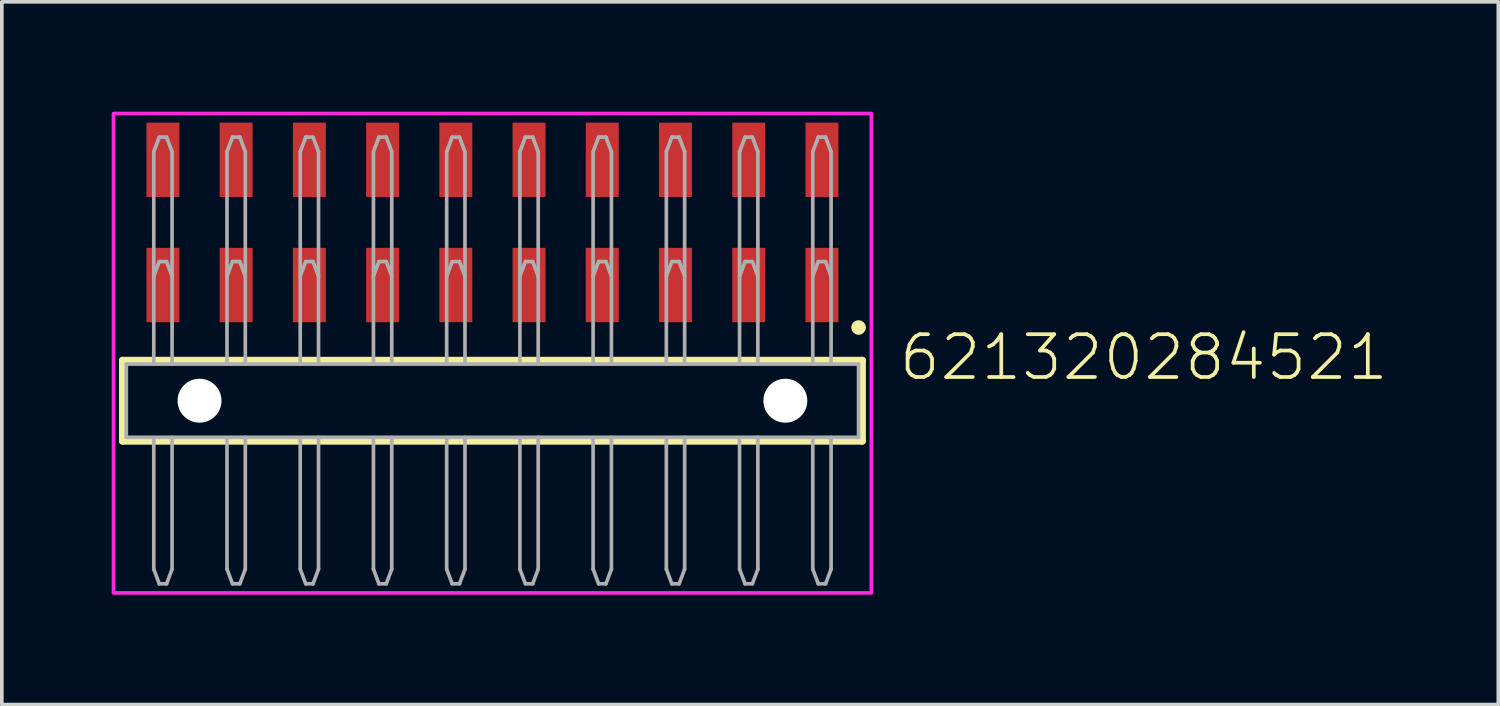
<source format=kicad_pcb>
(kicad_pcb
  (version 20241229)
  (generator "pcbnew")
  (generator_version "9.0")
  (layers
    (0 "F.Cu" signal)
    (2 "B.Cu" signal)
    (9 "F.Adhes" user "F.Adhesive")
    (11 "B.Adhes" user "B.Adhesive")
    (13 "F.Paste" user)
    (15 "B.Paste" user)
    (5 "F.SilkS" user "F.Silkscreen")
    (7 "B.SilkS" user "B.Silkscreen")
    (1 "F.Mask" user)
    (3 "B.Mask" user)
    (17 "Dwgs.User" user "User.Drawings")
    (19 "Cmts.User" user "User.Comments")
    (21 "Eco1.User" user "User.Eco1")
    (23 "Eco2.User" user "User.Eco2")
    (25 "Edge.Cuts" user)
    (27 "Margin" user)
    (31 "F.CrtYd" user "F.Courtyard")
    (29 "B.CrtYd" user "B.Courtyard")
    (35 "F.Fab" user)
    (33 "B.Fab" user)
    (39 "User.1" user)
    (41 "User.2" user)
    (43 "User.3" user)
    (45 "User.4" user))
  (footprint "621320284521"
    (layer "F.Cu")
    (at 10.4 7.895)
    (property "Reference" "621320284521" (at 11.05 -0.5 0) (unlocked yes) (layer "F.SilkS") (effects (font (size 1.168 1.168) (thickness 0.102)) (justify left bottom)))
    (fp_line (start -10.1 -1.1) (end 10.1 -1.1) (stroke (width 0.2) (type solid)) (layer "F.SilkS"))
    (fp_line (start -10.1 1.1) (end -10.1 -1.1) (stroke (width 0.2) (type solid)) (layer "F.SilkS"))
    (fp_line (start 10.1 -1.1) (end 10.1 1.1) (stroke (width 0.2) (type solid)) (layer "F.SilkS"))
    (fp_line (start 10.1 1.1) (end -10.1 1.1) (stroke (width 0.2) (type solid)) (layer "F.SilkS"))
    (fp_circle (center 10 -2) (end 10.1 -2) (stroke (width 0.2) (type solid)) (fill no) (layer "F.SilkS"))
    (fp_poly (pts (xy 10.35 5.25) (xy -10.35 5.25) (xy -10.35 -7.845) (xy 10.35 -7.845)) (stroke (width 0.1) (type default)) (fill no) (layer "F.CrtYd"))
    (fp_line (start -10 -1) (end -3.25 -1) (stroke (width 0.1) (type solid)) (layer "F.Fab"))
    (fp_line (start -10 1) (end -10 -1) (stroke (width 0.1) (type solid)) (layer "F.Fab"))
    (fp_line (start -9.25 -6.8) (end -9.1 -7.2) (stroke (width 0.1) (type solid)) (layer "F.Fab"))
    (fp_line (start -9.25 -3.4) (end -9.1 -3.8) (stroke (width 0.1) (type solid)) (layer "F.Fab"))
    (fp_line (start -9.25 -1) (end -9.25 -6.8) (stroke (width 0.1) (type solid)) (layer "F.Fab"))
    (fp_line (start -9.25 1.02) (end -9.25 4.6) (stroke (width 0.1) (type solid)) (layer "F.Fab"))
    (fp_line (start -9.25 4.6) (end -9.1 5) (stroke (width 0.1) (type solid)) (layer "F.Fab"))
    (fp_line (start -9.1 -7.2) (end -8.9 -7.2) (stroke (width 0.1) (type solid)) (layer "F.Fab"))
    (fp_line (start -9.1 -3.8) (end -8.9 -3.8) (stroke (width 0.1) (type solid)) (layer "F.Fab"))
    (fp_line (start -8.9 5) (end -9.1 5) (stroke (width 0.1) (type solid)) (layer "F.Fab"))
    (fp_line (start -8.75 -6.8) (end -8.9 -7.2) (stroke (width 0.1) (type solid)) (layer "F.Fab"))
    (fp_line (start -8.75 -6.8) (end -8.75 -1) (stroke (width 0.1) (type solid)) (layer "F.Fab"))
    (fp_line (start -8.75 -3.4) (end -8.9 -3.8) (stroke (width 0.1) (type solid)) (layer "F.Fab"))
    (fp_line (start -8.75 4.6) (end -8.9 5) (stroke (width 0.1) (type solid)) (layer "F.Fab"))
    (fp_line (start -8.75 4.6) (end -8.75 1) (stroke (width 0.1) (type solid)) (layer "F.Fab"))
    (fp_line (start -7.25 -6.8) (end -7.1 -7.2) (stroke (width 0.1) (type solid)) (layer "F.Fab"))
    (fp_line (start -7.25 -3.4) (end -7.1 -3.8) (stroke (width 0.1) (type solid)) (layer "F.Fab"))
    (fp_line (start -7.25 -1) (end -7.25 -6.8) (stroke (width 0.1) (type solid)) (layer "F.Fab"))
    (fp_line (start -7.25 1.02) (end -7.25 4.6) (stroke (width 0.1) (type solid)) (layer "F.Fab"))
    (fp_line (start -7.25 4.6) (end -7.1 5) (stroke (width 0.1) (type solid)) (layer "F.Fab"))
    (fp_line (start -7.1 -7.2) (end -6.9 -7.2) (stroke (width 0.1) (type solid)) (layer "F.Fab"))
    (fp_line (start -7.1 -3.8) (end -6.9 -3.8) (stroke (width 0.1) (type solid)) (layer "F.Fab"))
    (fp_line (start -6.9 5) (end -7.1 5) (stroke (width 0.1) (type solid)) (layer "F.Fab"))
    (fp_line (start -6.75 -6.8) (end -6.9 -7.2) (stroke (width 0.1) (type solid)) (layer "F.Fab"))
    (fp_line (start -6.75 -6.8) (end -6.75 -1) (stroke (width 0.1) (type solid)) (layer "F.Fab"))
    (fp_line (start -6.75 -3.4) (end -6.9 -3.8) (stroke (width 0.1) (type solid)) (layer "F.Fab"))
    (fp_line (start -6.75 4.6) (end -6.9 5) (stroke (width 0.1) (type solid)) (layer "F.Fab"))
    (fp_line (start -6.75 4.6) (end -6.75 1) (stroke (width 0.1) (type solid)) (layer "F.Fab"))
    (fp_line (start -5.25 -6.8) (end -5.1 -7.2) (stroke (width 0.1) (type solid)) (layer "F.Fab"))
    (fp_line (start -5.25 -3.4) (end -5.1 -3.8) (stroke (width 0.1) (type solid)) (layer "F.Fab"))
    (fp_line (start -5.25 -1) (end -5.25 -6.8) (stroke (width 0.1) (type solid)) (layer "F.Fab"))
    (fp_line (start -5.25 1.02) (end -5.25 4.6) (stroke (width 0.1) (type solid)) (layer "F.Fab"))
    (fp_line (start -5.25 4.6) (end -5.1 5) (stroke (width 0.1) (type solid)) (layer "F.Fab"))
    (fp_line (start -5.1 -7.2) (end -4.9 -7.2) (stroke (width 0.1) (type solid)) (layer "F.Fab"))
    (fp_line (start -5.1 -3.8) (end -4.9 -3.8) (stroke (width 0.1) (type solid)) (layer "F.Fab"))
    (fp_line (start -4.9 5) (end -5.1 5) (stroke (width 0.1) (type solid)) (layer "F.Fab"))
    (fp_line (start -4.75 -6.8) (end -4.9 -7.2) (stroke (width 0.1) (type solid)) (layer "F.Fab"))
    (fp_line (start -4.75 -6.8) (end -4.75 -1) (stroke (width 0.1) (type solid)) (layer "F.Fab"))
    (fp_line (start -4.75 -3.4) (end -4.9 -3.8) (stroke (width 0.1) (type solid)) (layer "F.Fab"))
    (fp_line (start -4.75 4.6) (end -4.9 5) (stroke (width 0.1) (type solid)) (layer "F.Fab"))
    (fp_line (start -4.75 4.6) (end -4.75 1) (stroke (width 0.1) (type solid)) (layer "F.Fab"))
    (fp_line (start -3.25 -6.8) (end -3.1 -7.2) (stroke (width 0.1) (type solid)) (layer "F.Fab"))
    (fp_line (start -3.25 -3.4) (end -3.1 -3.8) (stroke (width 0.1) (type solid)) (layer "F.Fab"))
    (fp_line (start -3.25 -1) (end -3.25 -6.8) (stroke (width 0.1) (type solid)) (layer "F.Fab"))
    (fp_line (start -3.25 -1) (end -2.75 -1) (stroke (width 0.1) (type solid)) (layer "F.Fab"))
    (fp_line (start -3.25 1.02) (end -3.25 4.6) (stroke (width 0.1) (type solid)) (layer "F.Fab"))
    (fp_line (start -3.25 4.6) (end -3.1 5) (stroke (width 0.1) (type solid)) (layer "F.Fab"))
    (fp_line (start -3.1 -7.2) (end -2.9 -7.2) (stroke (width 0.1) (type solid)) (layer "F.Fab"))
    (fp_line (start -3.1 -3.8) (end -2.9 -3.8) (stroke (width 0.1) (type solid)) (layer "F.Fab"))
    (fp_line (start -2.9 5) (end -3.1 5) (stroke (width 0.1) (type solid)) (layer "F.Fab"))
    (fp_line (start -2.75 -6.8) (end -2.9 -7.2) (stroke (width 0.1) (type solid)) (layer "F.Fab"))
    (fp_line (start -2.75 -6.8) (end -2.75 -1) (stroke (width 0.1) (type solid)) (layer "F.Fab"))
    (fp_line (start -2.75 -3.4) (end -2.9 -3.8) (stroke (width 0.1) (type solid)) (layer "F.Fab"))
    (fp_line (start -2.75 -1) (end -1.25 -1) (stroke (width 0.1) (type solid)) (layer "F.Fab"))
    (fp_line (start -2.75 4.6) (end -2.9 5) (stroke (width 0.1) (type solid)) (layer "F.Fab"))
    (fp_line (start -2.75 4.6) (end -2.75 1) (stroke (width 0.1) (type solid)) (layer "F.Fab"))
    (fp_line (start -1.25 -6.8) (end -1.1 -7.2) (stroke (width 0.1) (type solid)) (layer "F.Fab"))
    (fp_line (start -1.25 -3.4) (end -1.1 -3.8) (stroke (width 0.1) (type solid)) (layer "F.Fab"))
    (fp_line (start -1.25 -1) (end -1.25 -6.8) (stroke (width 0.1) (type solid)) (layer "F.Fab"))
    (fp_line (start -1.25 -1) (end -0.75 -1) (stroke (width 0.1) (type solid)) (layer "F.Fab"))
    (fp_line (start -1.25 1.02) (end -1.25 4.6) (stroke (width 0.1) (type solid)) (layer "F.Fab"))
    (fp_line (start -1.25 4.6) (end -1.1 5) (stroke (width 0.1) (type solid)) (layer "F.Fab"))
    (fp_line (start -1.1 -7.2) (end -0.9 -7.2) (stroke (width 0.1) (type solid)) (layer "F.Fab"))
    (fp_line (start -1.1 -3.8) (end -0.9 -3.8) (stroke (width 0.1) (type solid)) (layer "F.Fab"))
    (fp_line (start -0.9 5) (end -1.1 5) (stroke (width 0.1) (type solid)) (layer "F.Fab"))
    (fp_line (start -0.75 -6.8) (end -0.9 -7.2) (stroke (width 0.1) (type solid)) (layer "F.Fab"))
    (fp_line (start -0.75 -6.8) (end -0.75 -1) (stroke (width 0.1) (type solid)) (layer "F.Fab"))
    (fp_line (start -0.75 -3.4) (end -0.9 -3.8) (stroke (width 0.1) (type solid)) (layer "F.Fab"))
    (fp_line (start -0.75 -1) (end 0.75 -1) (stroke (width 0.1) (type solid)) (layer "F.Fab"))
    (fp_line (start -0.75 4.6) (end -0.9 5) (stroke (width 0.1) (type solid)) (layer "F.Fab"))
    (fp_line (start -0.75 4.6) (end -0.75 1) (stroke (width 0.1) (type solid)) (layer "F.Fab"))
    (fp_line (start 0.75 -6.8) (end 0.9 -7.2) (stroke (width 0.1) (type solid)) (layer "F.Fab"))
    (fp_line (start 0.75 -3.4) (end 0.9 -3.8) (stroke (width 0.1) (type solid)) (layer "F.Fab"))
    (fp_line (start 0.75 -1) (end 0.75 -6.8) (stroke (width 0.1) (type solid)) (layer "F.Fab"))
    (fp_line (start 0.75 -1) (end 1.25 -1) (stroke (width 0.1) (type solid)) (layer "F.Fab"))
    (fp_line (start 0.75 1.02) (end 0.75 4.6) (stroke (width 0.1) (type solid)) (layer "F.Fab"))
    (fp_line (start 0.75 4.6) (end 0.9 5) (stroke (width 0.1) (type solid)) (layer "F.Fab"))
    (fp_line (start 0.9 -7.2) (end 1.1 -7.2) (stroke (width 0.1) (type solid)) (layer "F.Fab"))
    (fp_line (start 0.9 -3.8) (end 1.1 -3.8) (stroke (width 0.1) (type solid)) (layer "F.Fab"))
    (fp_line (start 1.1 5) (end 0.9 5) (stroke (width 0.1) (type solid)) (layer "F.Fab"))
    (fp_line (start 1.25 -6.8) (end 1.1 -7.2) (stroke (width 0.1) (type solid)) (layer "F.Fab"))
    (fp_line (start 1.25 -6.8) (end 1.25 -1) (stroke (width 0.1) (type solid)) (layer "F.Fab"))
    (fp_line (start 1.25 -3.4) (end 1.1 -3.8) (stroke (width 0.1) (type solid)) (layer "F.Fab"))
    (fp_line (start 1.25 -1) (end 2.75 -1) (stroke (width 0.1) (type solid)) (layer "F.Fab"))
    (fp_line (start 1.25 4.6) (end 1.1 5) (stroke (width 0.1) (type solid)) (layer "F.Fab"))
    (fp_line (start 1.25 4.6) (end 1.25 1) (stroke (width 0.1) (type solid)) (layer "F.Fab"))
    (fp_line (start 2.75 -6.8) (end 2.9 -7.2) (stroke (width 0.1) (type solid)) (layer "F.Fab"))
    (fp_line (start 2.75 -3.4) (end 2.9 -3.8) (stroke (width 0.1) (type solid)) (layer "F.Fab"))
    (fp_line (start 2.75 -1) (end 2.75 -6.8) (stroke (width 0.1) (type solid)) (layer "F.Fab"))
    (fp_line (start 2.75 -1) (end 3.25 -1) (stroke (width 0.1) (type solid)) (layer "F.Fab"))
    (fp_line (start 2.75 1.02) (end 2.75 4.6) (stroke (width 0.1) (type solid)) (layer "F.Fab"))
    (fp_line (start 2.75 4.6) (end 2.9 5) (stroke (width 0.1) (type solid)) (layer "F.Fab"))
    (fp_line (start 2.9 -7.2) (end 3.1 -7.2) (stroke (width 0.1) (type solid)) (layer "F.Fab"))
    (fp_line (start 2.9 -3.8) (end 3.1 -3.8) (stroke (width 0.1) (type solid)) (layer "F.Fab"))
    (fp_line (start 3.1 5) (end 2.9 5) (stroke (width 0.1) (type solid)) (layer "F.Fab"))
    (fp_line (start 3.25 -6.8) (end 3.1 -7.2) (stroke (width 0.1) (type solid)) (layer "F.Fab"))
    (fp_line (start 3.25 -6.8) (end 3.25 -1) (stroke (width 0.1) (type solid)) (layer "F.Fab"))
    (fp_line (start 3.25 -3.4) (end 3.1 -3.8) (stroke (width 0.1) (type solid)) (layer "F.Fab"))
    (fp_line (start 3.25 -1) (end 4.75 -1) (stroke (width 0.1) (type solid)) (layer "F.Fab"))
    (fp_line (start 3.25 4.6) (end 3.1 5) (stroke (width 0.1) (type solid)) (layer "F.Fab"))
    (fp_line (start 3.25 4.6) (end 3.25 1) (stroke (width 0.1) (type solid)) (layer "F.Fab"))
    (fp_line (start 4.75 -6.8) (end 4.9 -7.2) (stroke (width 0.1) (type solid)) (layer "F.Fab"))
    (fp_line (start 4.75 -3.4) (end 4.9 -3.8) (stroke (width 0.1) (type solid)) (layer "F.Fab"))
    (fp_line (start 4.75 -1) (end 4.75 -6.8) (stroke (width 0.1) (type solid)) (layer "F.Fab"))
    (fp_line (start 4.75 -1) (end 5.25 -1) (stroke (width 0.1) (type solid)) (layer "F.Fab"))
    (fp_line (start 4.75 1.02) (end 4.75 4.6) (stroke (width 0.1) (type solid)) (layer "F.Fab"))
    (fp_line (start 4.75 4.6) (end 4.9 5) (stroke (width 0.1) (type solid)) (layer "F.Fab"))
    (fp_line (start 4.9 -7.2) (end 5.1 -7.2) (stroke (width 0.1) (type solid)) (layer "F.Fab"))
    (fp_line (start 4.9 -3.8) (end 5.1 -3.8) (stroke (width 0.1) (type solid)) (layer "F.Fab"))
    (fp_line (start 5.1 5) (end 4.9 5) (stroke (width 0.1) (type solid)) (layer "F.Fab"))
    (fp_line (start 5.25 -6.8) (end 5.1 -7.2) (stroke (width 0.1) (type solid)) (layer "F.Fab"))
    (fp_line (start 5.25 -6.8) (end 5.25 -1) (stroke (width 0.1) (type solid)) (layer "F.Fab"))
    (fp_line (start 5.25 -3.4) (end 5.1 -3.8) (stroke (width 0.1) (type solid)) (layer "F.Fab"))
    (fp_line (start 5.25 -1) (end 6.75 -1) (stroke (width 0.1) (type solid)) (layer "F.Fab"))
    (fp_line (start 5.25 4.6) (end 5.1 5) (stroke (width 0.1) (type solid)) (layer "F.Fab"))
    (fp_line (start 5.25 4.6) (end 5.25 1) (stroke (width 0.1) (type solid)) (layer "F.Fab"))
    (fp_line (start 6.75 -6.8) (end 6.9 -7.2) (stroke (width 0.1) (type solid)) (layer "F.Fab"))
    (fp_line (start 6.75 -3.4) (end 6.9 -3.8) (stroke (width 0.1) (type solid)) (layer "F.Fab"))
    (fp_line (start 6.75 -1) (end 6.75 -6.8) (stroke (width 0.1) (type solid)) (layer "F.Fab"))
    (fp_line (start 6.75 -1) (end 7.25 -1) (stroke (width 0.1) (type solid)) (layer "F.Fab"))
    (fp_line (start 6.75 1.02) (end 6.75 4.6) (stroke (width 0.1) (type solid)) (layer "F.Fab"))
    (fp_line (start 6.75 4.6) (end 6.9 5) (stroke (width 0.1) (type solid)) (layer "F.Fab"))
    (fp_line (start 6.9 -7.2) (end 7.1 -7.2) (stroke (width 0.1) (type solid)) (layer "F.Fab"))
    (fp_line (start 6.9 -3.8) (end 7.1 -3.8) (stroke (width 0.1) (type solid)) (layer "F.Fab"))
    (fp_line (start 7.1 5) (end 6.9 5) (stroke (width 0.1) (type solid)) (layer "F.Fab"))
    (fp_line (start 7.25 -6.8) (end 7.1 -7.2) (stroke (width 0.1) (type solid)) (layer "F.Fab"))
    (fp_line (start 7.25 -6.8) (end 7.25 -1) (stroke (width 0.1) (type solid)) (layer "F.Fab"))
    (fp_line (start 7.25 -3.4) (end 7.1 -3.8) (stroke (width 0.1) (type solid)) (layer "F.Fab"))
    (fp_line (start 7.25 -1) (end 8.75 -1) (stroke (width 0.1) (type solid)) (layer "F.Fab"))
    (fp_line (start 7.25 4.6) (end 7.1 5) (stroke (width 0.1) (type solid)) (layer "F.Fab"))
    (fp_line (start 7.25 4.6) (end 7.25 1) (stroke (width 0.1) (type solid)) (layer "F.Fab"))
    (fp_line (start 8.75 -6.8) (end 8.9 -7.2) (stroke (width 0.1) (type solid)) (layer "F.Fab"))
    (fp_line (start 8.75 -3.4) (end 8.9 -3.8) (stroke (width 0.1) (type solid)) (layer "F.Fab"))
    (fp_line (start 8.75 -1) (end 8.75 -6.8) (stroke (width 0.1) (type solid)) (layer "F.Fab"))
    (fp_line (start 8.75 -1) (end 9.25 -1) (stroke (width 0.1) (type solid)) (layer "F.Fab"))
    (fp_line (start 8.75 1.02) (end 8.75 4.6) (stroke (width 0.1) (type solid)) (layer "F.Fab"))
    (fp_line (start 8.75 4.6) (end 8.9 5) (stroke (width 0.1) (type solid)) (layer "F.Fab"))
    (fp_line (start 8.9 -7.2) (end 9.1 -7.2) (stroke (width 0.1) (type solid)) (layer "F.Fab"))
    (fp_line (start 8.9 -3.8) (end 9.1 -3.8) (stroke (width 0.1) (type solid)) (layer "F.Fab"))
    (fp_line (start 9.1 5) (end 8.9 5) (stroke (width 0.1) (type solid)) (layer "F.Fab"))
    (fp_line (start 9.25 -6.8) (end 9.1 -7.2) (stroke (width 0.1) (type solid)) (layer "F.Fab"))
    (fp_line (start 9.25 -6.8) (end 9.25 -1) (stroke (width 0.1) (type solid)) (layer "F.Fab"))
    (fp_line (start 9.25 -3.4) (end 9.1 -3.8) (stroke (width 0.1) (type solid)) (layer "F.Fab"))
    (fp_line (start 9.25 -1) (end 10 -1) (stroke (width 0.1) (type solid)) (layer "F.Fab"))
    (fp_line (start 9.25 4.6) (end 9.1 5) (stroke (width 0.1) (type solid)) (layer "F.Fab"))
    (fp_line (start 9.25 4.6) (end 9.25 1) (stroke (width 0.1) (type solid)) (layer "F.Fab"))
    (fp_line (start 10 -1) (end 10 1) (stroke (width 0.1) (type solid)) (layer "F.Fab"))
    (fp_line (start 10 1) (end -10 1) (stroke (width 0.1) (type solid)) (layer "F.Fab"))
    (pad "" np_thru_hole circle (at -8 0) (size 1.2 1.2) (drill 1.2) (layers "*.Cu" "*.Mask"))
    (pad "" np_thru_hole circle (at 8 0) (size 1.2 1.2) (drill 1.2) (layers "*.Cu" "*.Mask"))
    (pad "1" smd rect (at 9 -3.16) (size 0.9 2.03) (layers "F.Cu" "F.Mask" "F.Paste"))
    (pad "2" smd rect (at 9 -6.58) (size 0.9 2.03) (layers "F.Cu" "F.Mask" "F.Paste"))
    (pad "3" smd rect (at 7 -3.16) (size 0.9 2.03) (layers "F.Cu" "F.Mask" "F.Paste"))
    (pad "4" smd rect (at 7 -6.58) (size 0.9 2.03) (layers "F.Cu" "F.Mask" "F.Paste"))
    (pad "5" smd rect (at 5 -3.16) (size 0.9 2.03) (layers "F.Cu" "F.Mask" "F.Paste"))
    (pad "6" smd rect (at 5 -6.58) (size 0.9 2.03) (layers "F.Cu" "F.Mask" "F.Paste"))
    (pad "7" smd rect (at 3 -3.16) (size 0.9 2.03) (layers "F.Cu" "F.Mask" "F.Paste"))
    (pad "8" smd rect (at 3 -6.58) (size 0.9 2.03) (layers "F.Cu" "F.Mask" "F.Paste"))
    (pad "9" smd rect (at 1 -3.16) (size 0.9 2.03) (layers "F.Cu" "F.Mask" "F.Paste"))
    (pad "10" smd rect (at 1 -6.58) (size 0.9 2.03) (layers "F.Cu" "F.Mask" "F.Paste"))
    (pad "11" smd rect (at -1 -3.16) (size 0.9 2.03) (layers "F.Cu" "F.Mask" "F.Paste"))
    (pad "12" smd rect (at -1 -6.58) (size 0.9 2.03) (layers "F.Cu" "F.Mask" "F.Paste"))
    (pad "13" smd rect (at -3 -3.16) (size 0.9 2.03) (layers "F.Cu" "F.Mask" "F.Paste"))
    (pad "14" smd rect (at -3 -6.58) (size 0.9 2.03) (layers "F.Cu" "F.Mask" "F.Paste"))
    (pad "15" smd rect (at -5 -3.16) (size 0.9 2.03) (layers "F.Cu" "F.Mask" "F.Paste"))
    (pad "16" smd rect (at -5 -6.58) (size 0.9 2.03) (layers "F.Cu" "F.Mask" "F.Paste"))
    (pad "17" smd rect (at -7 -3.16) (size 0.9 2.03) (layers "F.Cu" "F.Mask" "F.Paste"))
    (pad "18" smd rect (at -7 -6.58) (size 0.9 2.03) (layers "F.Cu" "F.Mask" "F.Paste"))
    (pad "19" smd rect (at -9 -3.16) (size 0.9 2.03) (layers "F.Cu" "F.Mask" "F.Paste"))
    (pad "20" smd rect (at -9 -6.58) (size 0.9 2.03) (layers "F.Cu" "F.Mask" "F.Paste")))
  (gr_rect
    (start -3 -3)
    (end 37.874 16.195)
    (stroke (width 0.1) (type default))
    (fill no)
    (layer "Edge.Cuts")))
</source>
